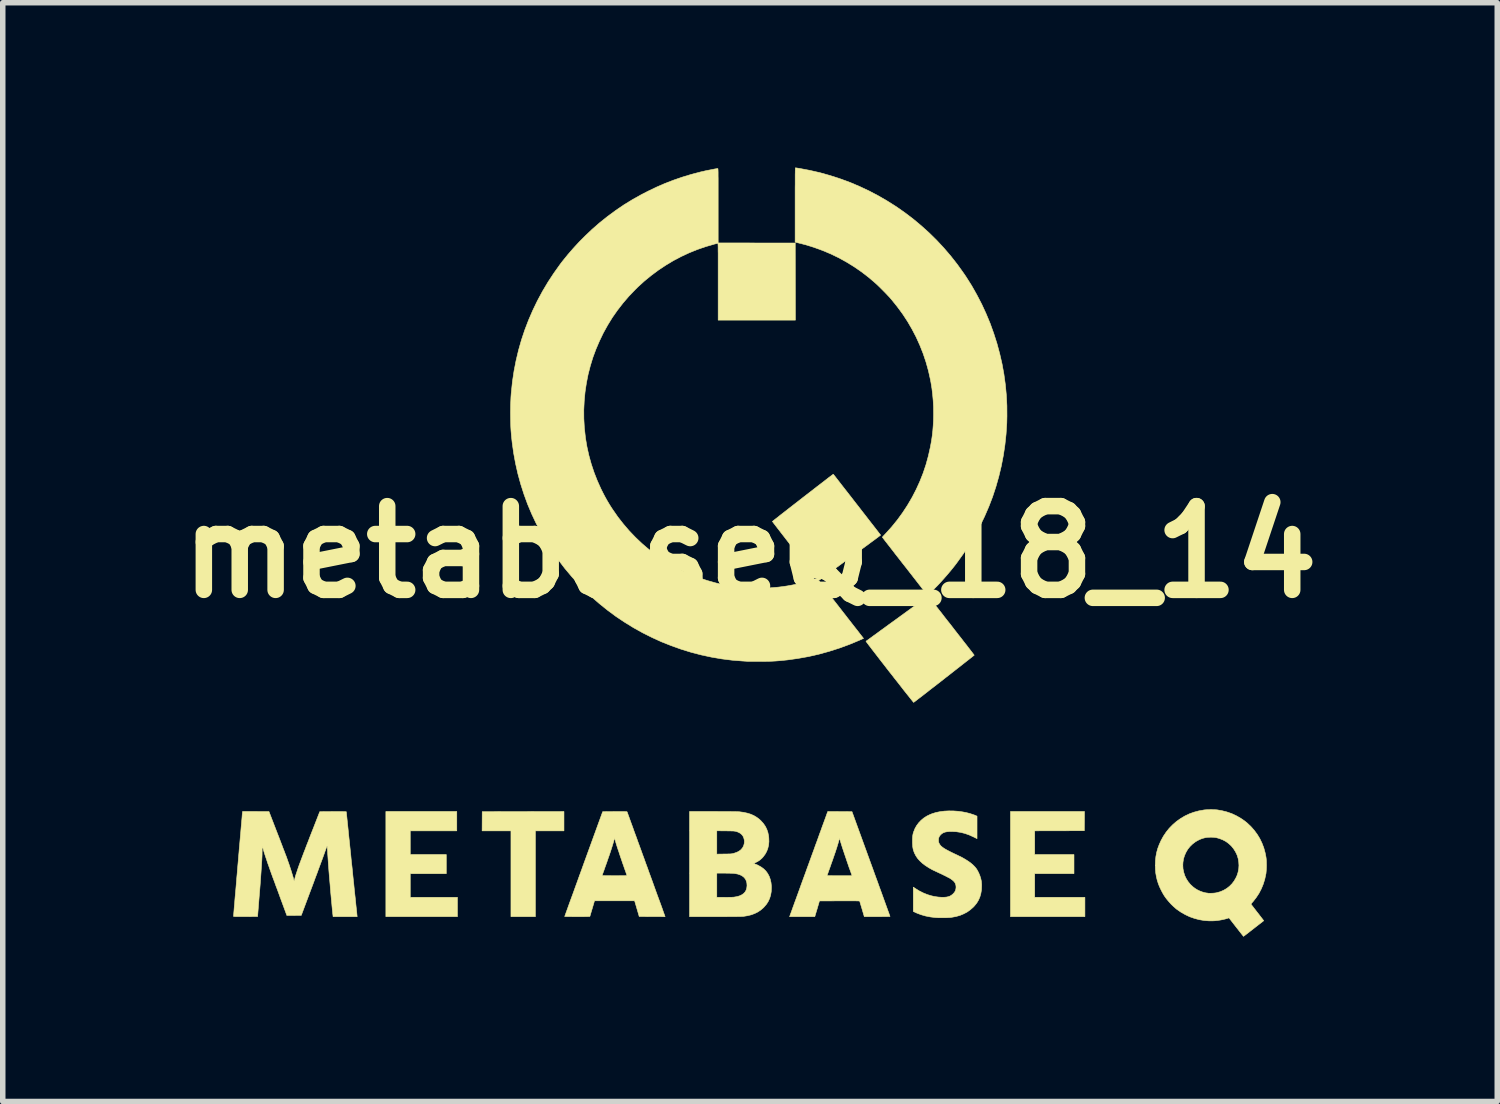
<source format=kicad_pcb>
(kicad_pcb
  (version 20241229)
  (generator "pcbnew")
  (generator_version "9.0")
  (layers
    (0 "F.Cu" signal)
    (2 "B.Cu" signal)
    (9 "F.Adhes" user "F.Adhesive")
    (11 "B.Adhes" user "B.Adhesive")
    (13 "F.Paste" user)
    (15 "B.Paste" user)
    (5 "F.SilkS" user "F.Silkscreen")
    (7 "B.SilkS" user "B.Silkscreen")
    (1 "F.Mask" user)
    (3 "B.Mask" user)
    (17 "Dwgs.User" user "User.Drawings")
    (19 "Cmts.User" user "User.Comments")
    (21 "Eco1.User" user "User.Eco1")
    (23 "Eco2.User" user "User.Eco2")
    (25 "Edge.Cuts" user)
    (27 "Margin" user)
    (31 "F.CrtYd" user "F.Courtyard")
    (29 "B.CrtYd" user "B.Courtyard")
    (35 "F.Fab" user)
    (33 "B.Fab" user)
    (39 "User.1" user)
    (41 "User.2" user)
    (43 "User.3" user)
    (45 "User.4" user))
  (footprint "metabaseQ_18_14"
    (layer "F.Cu")
    (at 10.603 6.998)
    (property "Reference" "metabaseQ_18_14" (at 0 0 0) (layer "F.SilkS") (effects (font (size 1.524 1.524) (thickness 0.3))))
    (attr through_hole)
    (fp_poly (pts (xy -3.387 5.076) (xy -3.907 5.076) (xy -3.907 6.638) (xy -4.352 6.638) (xy -4.352 5.076) (xy -4.877 5.076) (xy -4.876 4.901) (xy -4.875 4.727) (xy -3.387 4.724) (xy -3.387 5.076)) (stroke (width 0.01) (type solid)) (fill yes) (layer "F.SilkS"))
    (fp_poly (pts (xy -5.338 5.076) (xy -6.185 5.076) (xy -6.185 5.508) (xy -5.529 5.508) (xy -5.529 5.855) (xy -6.185 5.855) (xy -6.185 6.287) (xy -5.326 6.287) (xy -5.326 6.638) (xy -6.629 6.638) (xy -6.629 4.724) (xy -5.338 4.724) (xy -5.338 5.076)) (stroke (width 0.01) (type solid)) (fill yes) (layer "F.SilkS"))
    (fp_poly (pts (xy 6.087 4.899) (xy 6.085 5.074) (xy 5.634 5.075) (xy 5.182 5.076) (xy 5.182 5.508) (xy 5.897 5.508) (xy 5.897 5.855) (xy 5.182 5.855) (xy 5.182 6.287) (xy 6.096 6.287) (xy 6.096 6.638) (xy 4.741 6.638) (xy 4.741 4.724) (xy 6.088 4.724) (xy 6.087 4.899)) (stroke (width 0.01) (type solid)) (fill yes) (layer "F.SilkS"))
    (fp_poly (pts (xy 3.245 0.808) (xy 3.253 0.817) (xy 3.266 0.832) (xy 3.282 0.853) (xy 3.302 0.879) (xy 3.326 0.909) (xy 3.353 0.944) (xy 3.383 0.982) (xy 3.416 1.023) (xy 3.45 1.067) (xy 3.487 1.113) (xy 3.524 1.162) (xy 3.563 1.212) (xy 3.603 1.263) (xy 3.644 1.314) (xy 3.684 1.366) (xy 3.724 1.418) (xy 3.764 1.469) (xy 3.803 1.519) (xy 3.841 1.567) (xy 3.877 1.614) (xy 3.911 1.658) (xy 3.944 1.699) (xy 3.973 1.738) (xy 4 1.772) (xy 4.023 1.802) (xy 4.043 1.828) (xy 4.059 1.849) (xy 4.071 1.865) (xy 4.078 1.875) (xy 4.081 1.878) (xy 4.078 1.881) (xy 4.068 1.889) (xy 4.053 1.901) (xy 4.032 1.918) (xy 4.006 1.938) (xy 3.976 1.962) (xy 3.941 1.989) (xy 3.903 2.019) (xy 3.861 2.052) (xy 3.817 2.087) (xy 3.77 2.123) (xy 3.722 2.161) (xy 3.671 2.201) (xy 3.62 2.241) (xy 3.567 2.282) (xy 3.515 2.323) (xy 3.463 2.364) (xy 3.411 2.404) (xy 3.36 2.444) (xy 3.31 2.482) (xy 3.262 2.519) (xy 3.217 2.555) (xy 3.174 2.588) (xy 3.135 2.619) (xy 3.098 2.647) (xy 3.066 2.671) (xy 3.038 2.693) (xy 3.015 2.711) (xy 2.997 2.724) (xy 2.985 2.733) (xy 2.979 2.738) (xy 2.979 2.738) (xy 2.975 2.735) (xy 2.967 2.725) (xy 2.955 2.71) (xy 2.938 2.689) (xy 2.916 2.662) (xy 2.892 2.631) (xy 2.863 2.595) (xy 2.831 2.555) (xy 2.796 2.511) (xy 2.759 2.463) (xy 2.719 2.412) (xy 2.677 2.358) (xy 2.632 2.302) (xy 2.587 2.243) (xy 2.54 2.184) (xy 2.493 2.124) (xy 2.448 2.065) (xy 2.404 2.009) (xy 2.362 1.955) (xy 2.323 1.904) (xy 2.286 1.856) (xy 2.251 1.811) (xy 2.22 1.771) (xy 2.193 1.735) (xy 2.168 1.703) (xy 2.148 1.676) (xy 2.132 1.655) (xy 2.12 1.639) (xy 2.113 1.629) (xy 2.111 1.626) (xy 2.115 1.622) (xy 2.126 1.614) (xy 2.143 1.602) (xy 2.165 1.586) (xy 2.192 1.566) (xy 2.224 1.543) (xy 2.26 1.516) (xy 2.3 1.488) (xy 2.343 1.456) (xy 2.388 1.423) (xy 2.437 1.388) (xy 2.487 1.351) (xy 2.539 1.313) (xy 2.592 1.275) (xy 2.646 1.236) (xy 2.7 1.197) (xy 2.753 1.158) (xy 2.807 1.119) (xy 2.859 1.081) (xy 2.909 1.045) (xy 2.958 1.009) (xy 3.004 0.976) (xy 3.048 0.944) (xy 3.088 0.915) (xy 3.124 0.889) (xy 3.157 0.866) (xy 3.185 0.845) (xy 3.208 0.829) (xy 3.225 0.816) (xy 3.237 0.808) (xy 3.242 0.804) (xy 3.243 0.804) (xy 3.245 0.808)) (stroke (width 0.01) (type solid)) (fill yes) (layer "F.SilkS"))
    (fp_poly (pts (xy -2.309 4.725) (xy -2.287 4.725) (xy -2.27 4.726) (xy -2.258 4.726) (xy -2.249 4.727) (xy -2.243 4.728) (xy -2.24 4.729) (xy -2.238 4.731) (xy -2.237 4.732) (xy -2.236 4.736) (xy -2.231 4.748) (xy -2.224 4.768) (xy -2.215 4.794) (xy -2.203 4.826) (xy -2.189 4.865) (xy -2.173 4.909) (xy -2.155 4.959) (xy -2.135 5.013) (xy -2.114 5.073) (xy -2.091 5.136) (xy -2.066 5.203) (xy -2.041 5.274) (xy -2.014 5.347) (xy -1.986 5.424) (xy -1.958 5.502) (xy -1.928 5.583) (xy -1.899 5.665) (xy -1.868 5.748) (xy -1.838 5.833) (xy -1.807 5.917) (xy -1.776 6.002) (xy -1.746 6.086) (xy -1.716 6.169) (xy -1.686 6.252) (xy -1.656 6.333) (xy -1.627 6.412) (xy -1.599 6.489) (xy -1.573 6.564) (xy -1.56 6.599) (xy -1.546 6.638) (xy -1.781 6.637) (xy -2.017 6.636) (xy -2.059 6.493) (xy -2.101 6.35) (xy -2.831 6.35) (xy -2.872 6.489) (xy -2.882 6.522) (xy -2.891 6.552) (xy -2.899 6.579) (xy -2.905 6.601) (xy -2.911 6.619) (xy -2.914 6.629) (xy -2.915 6.633) (xy -2.917 6.634) (xy -2.923 6.635) (xy -2.933 6.636) (xy -2.948 6.636) (xy -2.968 6.637) (xy -2.994 6.637) (xy -3.027 6.638) (xy -3.067 6.638) (xy -3.114 6.638) (xy -3.145 6.638) (xy -3.188 6.638) (xy -3.229 6.638) (xy -3.266 6.637) (xy -3.299 6.637) (xy -3.327 6.637) (xy -3.349 6.636) (xy -3.364 6.636) (xy -3.373 6.635) (xy -3.374 6.635) (xy -3.372 6.63) (xy -3.368 6.619) (xy -3.361 6.6) (xy -3.352 6.574) (xy -3.34 6.541) (xy -3.326 6.502) (xy -3.31 6.457) (xy -3.292 6.407) (xy -3.272 6.352) (xy -3.25 6.292) (xy -3.226 6.227) (xy -3.201 6.158) (xy -3.175 6.085) (xy -3.147 6.009) (xy -3.119 5.93) (xy -3.104 5.89) (xy -2.692 5.89) (xy -2.688 5.89) (xy -2.676 5.891) (xy -2.658 5.891) (xy -2.633 5.892) (xy -2.603 5.892) (xy -2.568 5.892) (xy -2.529 5.893) (xy -2.488 5.893) (xy -2.466 5.893) (xy -2.423 5.893) (xy -2.383 5.893) (xy -2.346 5.892) (xy -2.313 5.892) (xy -2.286 5.892) (xy -2.264 5.891) (xy -2.249 5.891) (xy -2.24 5.891) (xy -2.239 5.89) (xy -2.241 5.886) (xy -2.245 5.875) (xy -2.251 5.857) (xy -2.259 5.834) (xy -2.268 5.808) (xy -2.279 5.778) (xy -2.287 5.756) (xy -2.303 5.708) (xy -2.321 5.659) (xy -2.338 5.607) (xy -2.356 5.556) (xy -2.373 5.505) (xy -2.389 5.455) (xy -2.405 5.409) (xy -2.419 5.366) (xy -2.431 5.327) (xy -2.441 5.295) (xy -2.448 5.269) (xy -2.45 5.263) (xy -2.466 5.203) (xy -2.474 5.236) (xy -2.481 5.264) (xy -2.492 5.301) (xy -2.505 5.344) (xy -2.521 5.394) (xy -2.539 5.451) (xy -2.56 5.513) (xy -2.584 5.581) (xy -2.609 5.654) (xy -2.637 5.731) (xy -2.65 5.768) (xy -2.66 5.798) (xy -2.67 5.825) (xy -2.679 5.849) (xy -2.685 5.868) (xy -2.69 5.882) (xy -2.692 5.889) (xy -2.692 5.89) (xy -3.104 5.89) (xy -3.089 5.848) (xy -3.058 5.763) (xy -3.028 5.679) (xy -2.682 4.727) (xy -2.461 4.725) (xy -2.412 4.725) (xy -2.371 4.725) (xy -2.337 4.725) (xy -2.309 4.725)) (stroke (width 0.01) (type solid)) (fill yes) (layer "F.SilkS"))
    (fp_poly (pts (xy 1.856 4.727) (xy 2.202 5.679) (xy 2.234 5.766) (xy 2.264 5.85) (xy 2.294 5.932) (xy 2.323 6.011) (xy 2.35 6.087) (xy 2.377 6.16) (xy 2.402 6.229) (xy 2.425 6.293) (xy 2.447 6.354) (xy 2.467 6.409) (xy 2.485 6.459) (xy 2.501 6.503) (xy 2.515 6.542) (xy 2.527 6.574) (xy 2.536 6.6) (xy 2.543 6.619) (xy 2.547 6.631) (xy 2.548 6.635) (xy 2.544 6.635) (xy 2.532 6.636) (xy 2.514 6.636) (xy 2.489 6.637) (xy 2.458 6.637) (xy 2.423 6.637) (xy 2.385 6.638) (xy 2.343 6.638) (xy 2.314 6.638) (xy 2.08 6.638) (xy 2.039 6.499) (xy 2.029 6.466) (xy 2.02 6.436) (xy 2.012 6.409) (xy 2.005 6.386) (xy 2 6.369) (xy 1.997 6.359) (xy 1.996 6.355) (xy 1.994 6.354) (xy 1.989 6.353) (xy 1.98 6.353) (xy 1.966 6.352) (xy 1.948 6.352) (xy 1.925 6.351) (xy 1.896 6.351) (xy 1.861 6.351) (xy 1.82 6.351) (xy 1.771 6.351) (xy 1.715 6.351) (xy 1.652 6.351) (xy 1.629 6.351) (xy 1.264 6.352) (xy 1.222 6.495) (xy 1.179 6.638) (xy 0.72 6.638) (xy 0.726 6.622) (xy 0.728 6.617) (xy 0.732 6.604) (xy 0.74 6.583) (xy 0.75 6.556) (xy 0.762 6.523) (xy 0.776 6.483) (xy 0.793 6.437) (xy 0.811 6.386) (xy 0.832 6.33) (xy 0.854 6.269) (xy 0.878 6.203) (xy 0.903 6.134) (xy 0.929 6.061) (xy 0.957 5.984) (xy 0.986 5.905) (xy 0.993 5.887) (xy 1.403 5.887) (xy 1.404 5.888) (xy 1.407 5.889) (xy 1.413 5.89) (xy 1.421 5.891) (xy 1.434 5.892) (xy 1.451 5.892) (xy 1.474 5.892) (xy 1.502 5.893) (xy 1.537 5.893) (xy 1.578 5.893) (xy 1.628 5.893) (xy 1.858 5.893) (xy 1.843 5.852) (xy 1.824 5.798) (xy 1.804 5.744) (xy 1.785 5.688) (xy 1.766 5.633) (xy 1.748 5.579) (xy 1.73 5.526) (xy 1.713 5.476) (xy 1.697 5.428) (xy 1.682 5.383) (xy 1.669 5.342) (xy 1.658 5.306) (xy 1.648 5.275) (xy 1.641 5.25) (xy 1.636 5.231) (xy 1.634 5.219) (xy 1.634 5.217) (xy 1.633 5.211) (xy 1.63 5.212) (xy 1.627 5.218) (xy 1.623 5.23) (xy 1.622 5.236) (xy 1.617 5.253) (xy 1.61 5.277) (xy 1.602 5.307) (xy 1.591 5.341) (xy 1.58 5.379) (xy 1.567 5.418) (xy 1.554 5.459) (xy 1.54 5.498) (xy 1.539 5.502) (xy 1.532 5.522) (xy 1.523 5.548) (xy 1.513 5.577) (xy 1.502 5.61) (xy 1.489 5.645) (xy 1.476 5.681) (xy 1.464 5.717) (xy 1.451 5.753) (xy 1.439 5.786) (xy 1.428 5.817) (xy 1.419 5.843) (xy 1.411 5.864) (xy 1.406 5.879) (xy 1.403 5.885) (xy 1.403 5.887) (xy 0.993 5.887) (xy 1.016 5.823) (xy 1.046 5.739) (xy 1.069 5.677) (xy 1.1 5.591) (xy 1.13 5.508) (xy 1.16 5.427) (xy 1.188 5.348) (xy 1.216 5.273) (xy 1.242 5.201) (xy 1.266 5.133) (xy 1.29 5.069) (xy 1.311 5.009) (xy 1.331 4.955) (xy 1.349 4.906) (xy 1.365 4.862) (xy 1.379 4.824) (xy 1.39 4.792) (xy 1.399 4.767) (xy 1.406 4.749) (xy 1.41 4.739) (xy 1.411 4.736) (xy 1.415 4.724) (xy 1.856 4.727)) (stroke (width 0.01) (type solid)) (fill yes) (layer "F.SilkS"))
    (fp_poly (pts (xy -0.598 4.724) (xy -0.531 4.725) (xy -0.468 4.725) (xy -0.411 4.725) (xy -0.36 4.725) (xy -0.314 4.726) (xy -0.275 4.726) (xy -0.243 4.727) (xy -0.218 4.728) (xy -0.201 4.728) (xy -0.194 4.729) (xy -0.119 4.739) (xy -0.05 4.754) (xy 0.012 4.773) (xy 0.069 4.798) (xy 0.121 4.829) (xy 0.169 4.865) (xy 0.199 4.893) (xy 0.242 4.941) (xy 0.278 4.993) (xy 0.305 5.047) (xy 0.325 5.105) (xy 0.338 5.168) (xy 0.342 5.206) (xy 0.344 5.273) (xy 0.338 5.336) (xy 0.324 5.395) (xy 0.303 5.451) (xy 0.274 5.503) (xy 0.238 5.551) (xy 0.216 5.575) (xy 0.181 5.606) (xy 0.141 5.633) (xy 0.101 5.653) (xy 0.063 5.671) (xy 0.088 5.679) (xy 0.103 5.684) (xy 0.123 5.692) (xy 0.143 5.701) (xy 0.146 5.703) (xy 0.2 5.733) (xy 0.247 5.767) (xy 0.288 5.807) (xy 0.321 5.852) (xy 0.348 5.902) (xy 0.368 5.957) (xy 0.382 6.017) (xy 0.389 6.082) (xy 0.389 6.117) (xy 0.386 6.184) (xy 0.375 6.247) (xy 0.357 6.305) (xy 0.332 6.36) (xy 0.299 6.412) (xy 0.258 6.46) (xy 0.246 6.473) (xy 0.198 6.515) (xy 0.145 6.551) (xy 0.087 6.58) (xy 0.024 6.604) (xy -0.045 6.621) (xy -0.12 6.633) (xy -0.124 6.633) (xy -0.135 6.634) (xy -0.155 6.635) (xy -0.183 6.636) (xy -0.219 6.636) (xy -0.263 6.637) (xy -0.314 6.637) (xy -0.373 6.637) (xy -0.438 6.638) (xy -0.51 6.638) (xy -0.589 6.638) (xy -0.633 6.638) (xy -1.101 6.638) (xy -1.101 6.287) (xy -0.605 6.287) (xy -0.464 6.287) (xy -0.429 6.286) (xy -0.395 6.286) (xy -0.363 6.285) (xy -0.334 6.285) (xy -0.311 6.284) (xy -0.295 6.283) (xy -0.289 6.282) (xy -0.235 6.273) (xy -0.189 6.259) (xy -0.149 6.24) (xy -0.116 6.217) (xy -0.091 6.19) (xy -0.072 6.157) (xy -0.06 6.12) (xy -0.055 6.078) (xy -0.055 6.066) (xy -0.058 6.023) (xy -0.069 5.985) (xy -0.086 5.951) (xy -0.11 5.922) (xy -0.141 5.898) (xy -0.179 5.878) (xy -0.224 5.863) (xy -0.276 5.853) (xy -0.294 5.851) (xy -0.308 5.85) (xy -0.329 5.849) (xy -0.356 5.848) (xy -0.386 5.847) (xy -0.42 5.847) (xy -0.455 5.846) (xy -0.469 5.846) (xy -0.605 5.846) (xy -0.605 6.287) (xy -1.101 6.287) (xy -1.101 5.5) (xy -0.605 5.5) (xy -0.471 5.498) (xy -0.433 5.498) (xy -0.403 5.497) (xy -0.379 5.496) (xy -0.36 5.496) (xy -0.344 5.495) (xy -0.332 5.493) (xy -0.321 5.491) (xy -0.31 5.489) (xy -0.298 5.486) (xy -0.295 5.485) (xy -0.249 5.47) (xy -0.21 5.452) (xy -0.178 5.43) (xy -0.162 5.416) (xy -0.136 5.385) (xy -0.117 5.349) (xy -0.106 5.311) (xy -0.102 5.271) (xy -0.104 5.244) (xy -0.114 5.205) (xy -0.129 5.171) (xy -0.151 5.143) (xy -0.18 5.119) (xy -0.216 5.1) (xy -0.253 5.087) (xy -0.262 5.085) (xy -0.271 5.083) (xy -0.281 5.082) (xy -0.293 5.08) (xy -0.308 5.079) (xy -0.327 5.079) (xy -0.351 5.078) (xy -0.381 5.078) (xy -0.418 5.077) (xy -0.446 5.077) (xy -0.605 5.075) (xy -0.605 5.5) (xy -1.101 5.5) (xy -1.101 4.724) (xy -0.669 4.724) (xy -0.598 4.724)) (stroke (width 0.01) (type solid)) (fill yes) (layer "F.SilkS"))
    (fp_poly (pts (xy 0.833 -6.993) (xy 0.845 -6.991) (xy 0.863 -6.988) (xy 0.885 -6.985) (xy 0.897 -6.983) (xy 1.087 -6.947) (xy 1.275 -6.904) (xy 1.46 -6.852) (xy 1.642 -6.793) (xy 1.822 -6.727) (xy 1.998 -6.652) (xy 2.17 -6.571) (xy 2.339 -6.482) (xy 2.504 -6.386) (xy 2.665 -6.284) (xy 2.822 -6.174) (xy 2.973 -6.059) (xy 3.12 -5.936) (xy 3.262 -5.808) (xy 3.399 -5.673) (xy 3.53 -5.532) (xy 3.655 -5.386) (xy 3.775 -5.233) (xy 3.888 -5.075) (xy 3.931 -5.012) (xy 4.034 -4.849) (xy 4.129 -4.681) (xy 4.218 -4.51) (xy 4.298 -4.336) (xy 4.372 -4.158) (xy 4.437 -3.977) (xy 4.495 -3.795) (xy 4.545 -3.609) (xy 4.588 -3.422) (xy 4.622 -3.234) (xy 4.648 -3.044) (xy 4.666 -2.853) (xy 4.676 -2.662) (xy 4.677 -2.47) (xy 4.674 -2.345) (xy 4.661 -2.146) (xy 4.64 -1.95) (xy 4.611 -1.756) (xy 4.574 -1.564) (xy 4.529 -1.376) (xy 4.476 -1.189) (xy 4.416 -1.006) (xy 4.347 -0.826) (xy 4.27 -0.648) (xy 4.186 -0.474) (xy 4.093 -0.303) (xy 3.993 -0.135) (xy 3.885 0.03) (xy 3.769 0.191) (xy 3.762 0.201) (xy 3.712 0.266) (xy 3.658 0.333) (xy 3.601 0.401) (xy 3.542 0.469) (xy 3.483 0.535) (xy 3.424 0.599) (xy 3.366 0.658) (xy 3.311 0.713) (xy 3.272 0.75) (xy 3.231 0.788) (xy 2.82 0.26) (xy 2.774 0.202) (xy 2.73 0.145) (xy 2.687 0.09) (xy 2.646 0.038) (xy 2.608 -0.012) (xy 2.572 -0.058) (xy 2.539 -0.101) (xy 2.509 -0.139) (xy 2.482 -0.174) (xy 2.459 -0.203) (xy 2.44 -0.228) (xy 2.426 -0.247) (xy 2.415 -0.26) (xy 2.41 -0.268) (xy 2.409 -0.269) (xy 2.412 -0.273) (xy 2.419 -0.282) (xy 2.431 -0.295) (xy 2.446 -0.311) (xy 2.463 -0.329) (xy 2.466 -0.332) (xy 2.577 -0.455) (xy 2.681 -0.583) (xy 2.778 -0.716) (xy 2.867 -0.852) (xy 2.949 -0.992) (xy 3.024 -1.137) (xy 3.091 -1.284) (xy 3.151 -1.435) (xy 3.203 -1.59) (xy 3.246 -1.747) (xy 3.282 -1.907) (xy 3.304 -2.026) (xy 3.317 -2.117) (xy 3.327 -2.206) (xy 3.334 -2.296) (xy 3.339 -2.388) (xy 3.341 -2.485) (xy 3.341 -2.523) (xy 3.34 -2.642) (xy 3.334 -2.756) (xy 3.324 -2.867) (xy 3.311 -2.977) (xy 3.293 -3.087) (xy 3.283 -3.14) (xy 3.247 -3.301) (xy 3.203 -3.458) (xy 3.151 -3.613) (xy 3.091 -3.764) (xy 3.024 -3.912) (xy 2.949 -4.056) (xy 2.867 -4.197) (xy 2.777 -4.334) (xy 2.679 -4.467) (xy 2.575 -4.596) (xy 2.555 -4.619) (xy 2.535 -4.642) (xy 2.509 -4.669) (xy 2.48 -4.7) (xy 2.448 -4.733) (xy 2.415 -4.766) (xy 2.382 -4.799) (xy 2.35 -4.831) (xy 2.321 -4.859) (xy 2.295 -4.883) (xy 2.286 -4.891) (xy 2.16 -4.999) (xy 2.03 -5.099) (xy 1.895 -5.192) (xy 1.757 -5.277) (xy 1.614 -5.356) (xy 1.467 -5.427) (xy 1.316 -5.49) (xy 1.162 -5.546) (xy 1.005 -5.594) (xy 0.888 -5.624) (xy 0.821 -5.64) (xy 0.821 -6.317) (xy 0.821 -6.408) (xy 0.821 -6.491) (xy 0.821 -6.566) (xy 0.821 -6.634) (xy 0.822 -6.695) (xy 0.822 -6.749) (xy 0.822 -6.796) (xy 0.822 -6.838) (xy 0.822 -6.873) (xy 0.823 -6.904) (xy 0.823 -6.929) (xy 0.824 -6.95) (xy 0.824 -6.966) (xy 0.825 -6.978) (xy 0.825 -6.986) (xy 0.826 -6.991) (xy 0.827 -6.993) (xy 0.827 -6.993) (xy 0.833 -6.993)) (stroke (width 0.01) (type solid)) (fill yes) (layer "F.SilkS"))
    (fp_poly (pts (xy 3.704 4.714) (xy 3.789 4.72) (xy 3.874 4.732) (xy 3.937 4.744) (xy 3.968 4.752) (xy 4.002 4.761) (xy 4.036 4.772) (xy 4.069 4.783) (xy 4.097 4.793) (xy 4.108 4.798) (xy 4.132 4.809) (xy 4.132 5.218) (xy 4.071 5.188) (xy 3.992 5.152) (xy 3.913 5.124) (xy 3.834 5.104) (xy 3.754 5.092) (xy 3.672 5.088) (xy 3.664 5.088) (xy 3.623 5.089) (xy 3.589 5.092) (xy 3.559 5.097) (xy 3.534 5.105) (xy 3.513 5.114) (xy 3.49 5.129) (xy 3.468 5.149) (xy 3.45 5.172) (xy 3.443 5.185) (xy 3.437 5.199) (xy 3.433 5.212) (xy 3.432 5.226) (xy 3.431 5.245) (xy 3.432 5.265) (xy 3.433 5.279) (xy 3.437 5.292) (xy 3.443 5.305) (xy 3.451 5.32) (xy 3.462 5.335) (xy 3.474 5.35) (xy 3.49 5.364) (xy 3.509 5.379) (xy 3.532 5.395) (xy 3.56 5.412) (xy 3.593 5.43) (xy 3.631 5.45) (xy 3.675 5.472) (xy 3.727 5.497) (xy 3.785 5.524) (xy 3.786 5.525) (xy 3.858 5.56) (xy 3.922 5.597) (xy 3.98 5.634) (xy 4.03 5.672) (xy 4.069 5.707) (xy 4.095 5.734) (xy 4.117 5.761) (xy 4.136 5.79) (xy 4.154 5.824) (xy 4.162 5.839) (xy 4.184 5.892) (xy 4.2 5.942) (xy 4.211 5.993) (xy 4.216 6.047) (xy 4.216 6.081) (xy 4.213 6.151) (xy 4.202 6.216) (xy 4.185 6.277) (xy 4.16 6.335) (xy 4.128 6.389) (xy 4.088 6.439) (xy 4.062 6.467) (xy 4.009 6.513) (xy 3.952 6.554) (xy 3.889 6.587) (xy 3.822 6.615) (xy 3.748 6.636) (xy 3.67 6.65) (xy 3.649 6.653) (xy 3.626 6.655) (xy 3.597 6.656) (xy 3.563 6.658) (xy 3.526 6.658) (xy 3.488 6.658) (xy 3.451 6.658) (xy 3.416 6.657) (xy 3.386 6.655) (xy 3.37 6.654) (xy 3.281 6.643) (xy 3.195 6.626) (xy 3.115 6.603) (xy 3.04 6.575) (xy 3.013 6.563) (xy 2.972 6.543) (xy 2.972 6.101) (xy 3.009 6.125) (xy 3.081 6.17) (xy 3.153 6.206) (xy 3.227 6.236) (xy 3.295 6.257) (xy 3.342 6.268) (xy 3.387 6.276) (xy 3.432 6.282) (xy 3.482 6.285) (xy 3.488 6.285) (xy 3.535 6.285) (xy 3.574 6.282) (xy 3.608 6.275) (xy 3.639 6.264) (xy 3.666 6.248) (xy 3.691 6.228) (xy 3.7 6.219) (xy 3.722 6.194) (xy 3.737 6.168) (xy 3.746 6.139) (xy 3.75 6.111) (xy 3.749 6.078) (xy 3.742 6.047) (xy 3.729 6.019) (xy 3.708 5.993) (xy 3.679 5.968) (xy 3.649 5.947) (xy 3.635 5.938) (xy 3.614 5.927) (xy 3.588 5.914) (xy 3.558 5.898) (xy 3.525 5.882) (xy 3.491 5.865) (xy 3.456 5.849) (xy 3.422 5.833) (xy 3.401 5.823) (xy 3.322 5.786) (xy 3.253 5.747) (xy 3.191 5.707) (xy 3.137 5.666) (xy 3.09 5.622) (xy 3.051 5.578) (xy 3.019 5.531) (xy 2.994 5.482) (xy 2.988 5.468) (xy 2.978 5.44) (xy 2.97 5.414) (xy 2.965 5.388) (xy 2.961 5.361) (xy 2.959 5.33) (xy 2.957 5.294) (xy 2.957 5.271) (xy 2.957 5.233) (xy 2.958 5.203) (xy 2.96 5.177) (xy 2.963 5.155) (xy 2.967 5.133) (xy 2.973 5.111) (xy 2.979 5.093) (xy 3.002 5.035) (xy 3.032 4.981) (xy 3.07 4.93) (xy 3.114 4.884) (xy 3.163 4.843) (xy 3.219 4.807) (xy 3.279 4.778) (xy 3.317 4.763) (xy 3.385 4.742) (xy 3.459 4.727) (xy 3.538 4.717) (xy 3.62 4.713) (xy 3.704 4.714)) (stroke (width 0.01) (type solid)) (fill yes) (layer "F.SilkS"))
    (fp_poly (pts (xy 8.453 4.691) (xy 8.488 4.693) (xy 8.503 4.694) (xy 8.594 4.71) (xy 8.683 4.733) (xy 8.77 4.763) (xy 8.853 4.802) (xy 8.932 4.847) (xy 9.007 4.899) (xy 9.049 4.933) (xy 9.116 4.996) (xy 9.177 5.065) (xy 9.231 5.138) (xy 9.279 5.216) (xy 9.319 5.299) (xy 9.352 5.385) (xy 9.377 5.476) (xy 9.392 5.552) (xy 9.396 5.582) (xy 9.399 5.618) (xy 9.4 5.659) (xy 9.401 5.702) (xy 9.4 5.745) (xy 9.398 5.787) (xy 9.395 5.824) (xy 9.392 5.856) (xy 9.39 5.863) (xy 9.37 5.957) (xy 9.342 6.047) (xy 9.307 6.132) (xy 9.265 6.213) (xy 9.215 6.289) (xy 9.159 6.361) (xy 9.143 6.379) (xy 9.132 6.392) (xy 9.124 6.403) (xy 9.12 6.41) (xy 9.12 6.411) (xy 9.123 6.416) (xy 9.131 6.426) (xy 9.142 6.441) (xy 9.158 6.461) (xy 9.176 6.485) (xy 9.197 6.512) (xy 9.22 6.542) (xy 9.237 6.564) (xy 9.261 6.594) (xy 9.283 6.623) (xy 9.303 6.649) (xy 9.32 6.671) (xy 9.334 6.689) (xy 9.344 6.702) (xy 9.349 6.71) (xy 9.351 6.712) (xy 9.346 6.716) (xy 9.336 6.724) (xy 9.321 6.736) (xy 9.302 6.751) (xy 9.278 6.769) (xy 9.252 6.789) (xy 9.224 6.811) (xy 9.194 6.834) (xy 9.164 6.858) (xy 9.134 6.881) (xy 9.104 6.904) (xy 9.077 6.926) (xy 9.051 6.946) (xy 9.028 6.963) (xy 9.01 6.977) (xy 8.995 6.988) (xy 8.986 6.995) (xy 8.983 6.997) (xy 8.98 6.994) (xy 8.973 6.985) (xy 8.961 6.97) (xy 8.945 6.95) (xy 8.927 6.927) (xy 8.905 6.899) (xy 8.882 6.869) (xy 8.856 6.837) (xy 8.85 6.829) (xy 8.719 6.66) (xy 8.702 6.666) (xy 8.662 6.678) (xy 8.617 6.689) (xy 8.568 6.699) (xy 8.517 6.707) (xy 8.467 6.712) (xy 8.448 6.714) (xy 8.357 6.715) (xy 8.267 6.708) (xy 8.177 6.693) (xy 8.09 6.67) (xy 8.004 6.64) (xy 7.922 6.601) (xy 7.843 6.556) (xy 7.768 6.504) (xy 7.753 6.492) (xy 7.71 6.454) (xy 7.665 6.411) (xy 7.622 6.363) (xy 7.581 6.314) (xy 7.545 6.264) (xy 7.542 6.259) (xy 7.525 6.232) (xy 7.507 6.2) (xy 7.488 6.164) (xy 7.47 6.127) (xy 7.453 6.091) (xy 7.44 6.058) (xy 7.432 6.038) (xy 7.411 5.971) (xy 7.396 5.906) (xy 7.385 5.842) (xy 7.379 5.774) (xy 7.377 5.702) (xy 7.878 5.702) (xy 7.882 5.768) (xy 7.895 5.831) (xy 7.914 5.892) (xy 7.942 5.95) (xy 7.976 6.003) (xy 8.017 6.053) (xy 8.065 6.097) (xy 8.099 6.123) (xy 8.139 6.148) (xy 8.184 6.17) (xy 8.231 6.188) (xy 8.276 6.201) (xy 8.302 6.206) (xy 8.319 6.208) (xy 8.334 6.21) (xy 8.343 6.212) (xy 8.344 6.212) (xy 8.357 6.213) (xy 8.377 6.213) (xy 8.4 6.212) (xy 8.426 6.211) (xy 8.452 6.209) (xy 8.475 6.206) (xy 8.493 6.203) (xy 8.496 6.202) (xy 8.561 6.184) (xy 8.621 6.158) (xy 8.677 6.125) (xy 8.727 6.086) (xy 8.773 6.04) (xy 8.812 5.989) (xy 8.845 5.932) (xy 8.866 5.886) (xy 8.884 5.829) (xy 8.896 5.768) (xy 8.9 5.706) (xy 8.896 5.643) (xy 8.886 5.582) (xy 8.868 5.523) (xy 8.865 5.515) (xy 8.836 5.455) (xy 8.801 5.4) (xy 8.76 5.35) (xy 8.713 5.307) (xy 8.661 5.269) (xy 8.604 5.239) (xy 8.542 5.215) (xy 8.487 5.2) (xy 8.46 5.196) (xy 8.427 5.193) (xy 8.391 5.192) (xy 8.355 5.193) (xy 8.322 5.195) (xy 8.294 5.199) (xy 8.29 5.2) (xy 8.235 5.214) (xy 8.186 5.233) (xy 8.139 5.257) (xy 8.106 5.277) (xy 8.054 5.317) (xy 8.008 5.362) (xy 7.968 5.412) (xy 7.936 5.467) (xy 7.91 5.525) (xy 7.891 5.586) (xy 7.881 5.65) (xy 7.878 5.702) (xy 7.377 5.702) (xy 7.377 5.702) (xy 7.38 5.62) (xy 7.388 5.543) (xy 7.402 5.469) (xy 7.422 5.397) (xy 7.449 5.325) (xy 7.48 5.256) (xy 7.524 5.175) (xy 7.575 5.099) (xy 7.632 5.028) (xy 7.695 4.964) (xy 7.763 4.905) (xy 7.836 4.853) (xy 7.913 4.807) (xy 7.994 4.768) (xy 8.079 4.737) (xy 8.168 4.713) (xy 8.259 4.697) (xy 8.259 4.696) (xy 8.292 4.693) (xy 8.33 4.691) (xy 8.371 4.69) (xy 8.413 4.69) (xy 8.453 4.691)) (stroke (width 0.01) (type solid)) (fill yes) (layer "F.SilkS"))
    (fp_poly (pts (xy -8.997 4.724) (xy -8.757 4.725) (xy -8.617 5.088) (xy -8.596 5.142) (xy -8.575 5.196) (xy -8.555 5.248) (xy -8.536 5.298) (xy -8.518 5.345) (xy -8.502 5.388) (xy -8.487 5.426) (xy -8.474 5.459) (xy -8.464 5.487) (xy -8.456 5.508) (xy -8.451 5.52) (xy -8.439 5.551) (xy -8.426 5.588) (xy -8.412 5.628) (xy -8.397 5.67) (xy -8.382 5.714) (xy -8.368 5.758) (xy -8.354 5.8) (xy -8.342 5.839) (xy -8.331 5.875) (xy -8.322 5.905) (xy -8.315 5.928) (xy -8.315 5.928) (xy -8.299 5.991) (xy -8.289 5.956) (xy -8.283 5.932) (xy -8.276 5.907) (xy -8.269 5.883) (xy -8.261 5.858) (xy -8.252 5.832) (xy -8.243 5.804) (xy -8.233 5.774) (xy -8.222 5.742) (xy -8.21 5.707) (xy -8.196 5.669) (xy -8.18 5.627) (xy -8.163 5.581) (xy -8.144 5.531) (xy -8.123 5.475) (xy -8.099 5.414) (xy -8.074 5.347) (xy -8.045 5.274) (xy -8.015 5.195) (xy -7.981 5.108) (xy -7.948 5.025) (xy -7.832 4.727) (xy -7.591 4.725) (xy -7.537 4.725) (xy -7.492 4.725) (xy -7.454 4.725) (xy -7.423 4.725) (xy -7.398 4.726) (xy -7.379 4.726) (xy -7.365 4.727) (xy -7.356 4.727) (xy -7.351 4.728) (xy -7.349 4.73) (xy -7.349 4.73) (xy -7.349 4.734) (xy -7.347 4.747) (xy -7.345 4.767) (xy -7.343 4.794) (xy -7.339 4.828) (xy -7.335 4.868) (xy -7.33 4.914) (xy -7.325 4.965) (xy -7.319 5.02) (xy -7.313 5.08) (xy -7.307 5.143) (xy -7.3 5.21) (xy -7.292 5.28) (xy -7.285 5.352) (xy -7.277 5.427) (xy -7.269 5.502) (xy -7.262 5.579) (xy -7.254 5.656) (xy -7.245 5.734) (xy -7.237 5.811) (xy -7.23 5.887) (xy -7.222 5.962) (xy -7.214 6.036) (xy -7.207 6.107) (xy -7.2 6.175) (xy -7.193 6.241) (xy -7.186 6.303) (xy -7.18 6.361) (xy -7.175 6.414) (xy -7.17 6.462) (xy -7.165 6.505) (xy -7.161 6.542) (xy -7.158 6.573) (xy -7.156 6.597) (xy -7.154 6.614) (xy -7.153 6.623) (xy -7.153 6.624) (xy -7.151 6.638) (xy -7.59 6.638) (xy -7.592 6.616) (xy -7.596 6.583) (xy -7.6 6.543) (xy -7.605 6.496) (xy -7.61 6.444) (xy -7.615 6.387) (xy -7.621 6.325) (xy -7.627 6.261) (xy -7.633 6.195) (xy -7.639 6.127) (xy -7.644 6.06) (xy -7.65 5.992) (xy -7.656 5.927) (xy -7.661 5.863) (xy -7.666 5.803) (xy -7.67 5.748) (xy -7.674 5.697) (xy -7.677 5.652) (xy -7.679 5.624) (xy -7.682 5.577) (xy -7.685 5.533) (xy -7.688 5.492) (xy -7.69 5.455) (xy -7.692 5.423) (xy -7.694 5.395) (xy -7.696 5.374) (xy -7.697 5.36) (xy -7.697 5.353) (xy -7.697 5.353) (xy -7.699 5.354) (xy -7.703 5.362) (xy -7.709 5.376) (xy -7.716 5.394) (xy -7.723 5.414) (xy -7.736 5.449) (xy -7.75 5.489) (xy -7.766 5.533) (xy -7.784 5.583) (xy -7.805 5.639) (xy -7.828 5.701) (xy -7.853 5.768) (xy -7.88 5.843) (xy -7.911 5.924) (xy -7.943 6.012) (xy -7.979 6.108) (xy -8.013 6.198) (xy -8.169 6.615) (xy -8.3 6.616) (xy -8.431 6.617) (xy -8.532 6.343) (xy -8.551 6.292) (xy -8.57 6.239) (xy -8.589 6.187) (xy -8.608 6.135) (xy -8.627 6.086) (xy -8.644 6.039) (xy -8.659 5.997) (xy -8.673 5.961) (xy -8.684 5.931) (xy -8.685 5.929) (xy -8.71 5.86) (xy -8.734 5.793) (xy -8.757 5.727) (xy -8.78 5.663) (xy -8.8 5.602) (xy -8.819 5.546) (xy -8.836 5.494) (xy -8.85 5.449) (xy -8.861 5.41) (xy -8.865 5.396) (xy -8.87 5.38) (xy -8.874 5.37) (xy -8.876 5.367) (xy -8.879 5.371) (xy -8.88 5.383) (xy -8.881 5.402) (xy -8.881 5.429) (xy -8.881 5.438) (xy -8.882 5.467) (xy -8.882 5.499) (xy -8.883 5.534) (xy -8.885 5.572) (xy -8.887 5.614) (xy -8.89 5.66) (xy -8.893 5.711) (xy -8.897 5.767) (xy -8.901 5.829) (xy -8.906 5.896) (xy -8.911 5.971) (xy -8.917 6.052) (xy -8.924 6.14) (xy -8.932 6.236) (xy -8.936 6.284) (xy -8.964 6.636) (xy -9.183 6.637) (xy -9.234 6.637) (xy -9.276 6.637) (xy -9.312 6.637) (xy -9.34 6.637) (xy -9.362 6.637) (xy -9.379 6.636) (xy -9.391 6.635) (xy -9.398 6.634) (xy -9.402 6.633) (xy -9.402 6.633) (xy -9.402 6.627) (xy -9.401 6.614) (xy -9.399 6.594) (xy -9.397 6.566) (xy -9.394 6.532) (xy -9.391 6.492) (xy -9.387 6.446) (xy -9.382 6.395) (xy -9.378 6.339) (xy -9.373 6.279) (xy -9.367 6.215) (xy -9.361 6.148) (xy -9.355 6.078) (xy -9.349 6.005) (xy -9.343 5.931) (xy -9.336 5.855) (xy -9.33 5.778) (xy -9.323 5.7) (xy -9.316 5.622) (xy -9.31 5.545) (xy -9.303 5.469) (xy -9.297 5.393) (xy -9.29 5.32) (xy -9.284 5.249) (xy -9.278 5.18) (xy -9.272 5.115) (xy -9.267 5.053) (xy -9.262 4.995) (xy -9.257 4.942) (xy -9.253 4.894) (xy -9.249 4.851) (xy -9.246 4.814) (xy -9.244 4.784) (xy -9.241 4.76) (xy -9.24 4.744) (xy -9.239 4.735) (xy -9.239 4.734) (xy -9.237 4.724) (xy -8.997 4.724)) (stroke (width 0.01) (type solid)) (fill yes) (layer "F.SilkS"))
    (fp_poly (pts (xy -0.587 -6.98) (xy -0.586 -6.979) (xy -0.585 -6.977) (xy -0.584 -6.973) (xy -0.583 -6.967) (xy -0.583 -6.959) (xy -0.582 -6.948) (xy -0.582 -6.934) (xy -0.581 -6.917) (xy -0.581 -6.895) (xy -0.581 -6.869) (xy -0.581 -6.839) (xy -0.58 -6.804) (xy -0.58 -6.763) (xy -0.58 -6.716) (xy -0.58 -6.663) (xy -0.58 -6.604) (xy -0.58 -6.537) (xy -0.58 -6.463) (xy -0.58 -6.382) (xy -0.58 -6.303) (xy -0.58 -5.626) (xy 0.823 -5.624) (xy 0.826 -4.221) (xy -0.58 -4.221) (xy -0.58 -4.922) (xy -0.58 -5.012) (xy -0.58 -5.094) (xy -0.58 -5.169) (xy -0.58 -5.236) (xy -0.58 -5.296) (xy -0.58 -5.35) (xy -0.58 -5.397) (xy -0.58 -5.439) (xy -0.581 -5.475) (xy -0.581 -5.506) (xy -0.581 -5.532) (xy -0.581 -5.554) (xy -0.582 -5.572) (xy -0.582 -5.587) (xy -0.583 -5.598) (xy -0.583 -5.607) (xy -0.584 -5.613) (xy -0.585 -5.617) (xy -0.585 -5.619) (xy -0.586 -5.62) (xy -0.587 -5.62) (xy -0.587 -5.62) (xy -0.594 -5.619) (xy -0.607 -5.615) (xy -0.625 -5.61) (xy -0.647 -5.605) (xy -0.66 -5.601) (xy -0.812 -5.557) (xy -0.962 -5.505) (xy -1.11 -5.445) (xy -1.254 -5.378) (xy -1.396 -5.303) (xy -1.534 -5.22) (xy -1.668 -5.131) (xy -1.797 -5.035) (xy -1.922 -4.933) (xy -2.042 -4.824) (xy -2.093 -4.773) (xy -2.208 -4.653) (xy -2.314 -4.529) (xy -2.414 -4.4) (xy -2.507 -4.267) (xy -2.592 -4.129) (xy -2.671 -3.986) (xy -2.742 -3.838) (xy -2.805 -3.691) (xy -2.861 -3.54) (xy -2.908 -3.386) (xy -2.948 -3.23) (xy -2.979 -3.072) (xy -3.003 -2.912) (xy -3.018 -2.751) (xy -3.026 -2.589) (xy -3.025 -2.426) (xy -3.016 -2.263) (xy -2.998 -2.1) (xy -2.995 -2.073) (xy -2.968 -1.913) (xy -2.933 -1.756) (xy -2.89 -1.601) (xy -2.839 -1.448) (xy -2.78 -1.297) (xy -2.713 -1.148) (xy -2.686 -1.094) (xy -2.657 -1.037) (xy -2.629 -0.985) (xy -2.602 -0.937) (xy -2.574 -0.89) (xy -2.545 -0.842) (xy -2.512 -0.791) (xy -2.5 -0.773) (xy -2.407 -0.639) (xy -2.306 -0.51) (xy -2.199 -0.385) (xy -2.086 -0.267) (xy -1.967 -0.154) (xy -1.867 -0.068) (xy -1.745 0.028) (xy -1.618 0.118) (xy -1.485 0.203) (xy -1.347 0.281) (xy -1.206 0.353) (xy -1.063 0.417) (xy -0.928 0.47) (xy -0.774 0.521) (xy -0.618 0.565) (xy -0.46 0.6) (xy -0.3 0.627) (xy -0.139 0.646) (xy 0.024 0.657) (xy 0.187 0.66) (xy 0.35 0.654) (xy 0.514 0.64) (xy 0.595 0.63) (xy 0.683 0.617) (xy 0.776 0.6) (xy 0.869 0.58) (xy 0.959 0.558) (xy 0.987 0.55) (xy 1.012 0.543) (xy 1.04 0.535) (xy 1.068 0.527) (xy 1.097 0.518) (xy 1.125 0.509) (xy 1.151 0.501) (xy 1.174 0.494) (xy 1.192 0.488) (xy 1.205 0.484) (xy 1.21 0.481) (xy 1.211 0.481) (xy 1.208 0.477) (xy 1.201 0.467) (xy 1.189 0.452) (xy 1.172 0.43) (xy 1.151 0.404) (xy 1.127 0.372) (xy 1.099 0.336) (xy 1.068 0.296) (xy 1.034 0.252) (xy 0.997 0.205) (xy 0.958 0.155) (xy 0.916 0.102) (xy 0.873 0.046) (xy 0.829 -0.011) (xy 0.809 -0.037) (xy 0.763 -0.095) (xy 0.719 -0.151) (xy 0.677 -0.205) (xy 0.637 -0.257) (xy 0.599 -0.306) (xy 0.564 -0.351) (xy 0.532 -0.393) (xy 0.502 -0.431) (xy 0.476 -0.465) (xy 0.454 -0.494) (xy 0.436 -0.517) (xy 0.422 -0.536) (xy 0.413 -0.548) (xy 0.408 -0.555) (xy 0.407 -0.555) (xy 0.411 -0.559) (xy 0.421 -0.567) (xy 0.436 -0.579) (xy 0.457 -0.596) (xy 0.483 -0.616) (xy 0.514 -0.64) (xy 0.548 -0.668) (xy 0.587 -0.698) (xy 0.628 -0.73) (xy 0.673 -0.765) (xy 0.72 -0.802) (xy 0.769 -0.84) (xy 0.819 -0.879) (xy 0.871 -0.919) (xy 0.923 -0.96) (xy 0.976 -1.001) (xy 1.029 -1.042) (xy 1.081 -1.082) (xy 1.132 -1.121) (xy 1.181 -1.16) (xy 1.229 -1.197) (xy 1.275 -1.232) (xy 1.318 -1.265) (xy 1.358 -1.296) (xy 1.394 -1.324) (xy 1.426 -1.349) (xy 1.454 -1.37) (xy 1.478 -1.388) (xy 1.496 -1.401) (xy 1.508 -1.411) (xy 1.515 -1.415) (xy 1.515 -1.415) (xy 1.519 -1.411) (xy 1.528 -1.4) (xy 1.541 -1.384) (xy 1.558 -1.362) (xy 1.579 -1.335) (xy 1.603 -1.304) (xy 1.631 -1.268) (xy 1.661 -1.229) (xy 1.694 -1.187) (xy 1.729 -1.142) (xy 1.766 -1.095) (xy 1.804 -1.046) (xy 1.844 -0.995) (xy 1.884 -0.943) (xy 1.925 -0.89) (xy 1.966 -0.838) (xy 2.007 -0.785) (xy 2.047 -0.733) (xy 2.087 -0.682) (xy 2.125 -0.633) (xy 2.162 -0.585) (xy 2.197 -0.54) (xy 2.23 -0.498) (xy 2.261 -0.458) (xy 2.288 -0.423) (xy 2.313 -0.391) (xy 2.334 -0.364) (xy 2.351 -0.341) (xy 2.365 -0.324) (xy 2.373 -0.313) (xy 2.377 -0.308) (xy 2.377 -0.307) (xy 2.374 -0.304) (xy 2.364 -0.297) (xy 2.349 -0.285) (xy 2.327 -0.268) (xy 2.3 -0.248) (xy 2.268 -0.224) (xy 2.231 -0.197) (xy 2.19 -0.167) (xy 2.145 -0.133) (xy 2.096 -0.098) (xy 2.044 -0.059) (xy 1.988 -0.019) (xy 1.931 0.023) (xy 1.871 0.067) (xy 1.814 0.108) (xy 1.752 0.153) (xy 1.693 0.196) (xy 1.635 0.238) (xy 1.58 0.278) (xy 1.528 0.316) (xy 1.479 0.352) (xy 1.434 0.385) (xy 1.393 0.415) (xy 1.357 0.442) (xy 1.325 0.465) (xy 1.298 0.485) (xy 1.277 0.501) (xy 1.261 0.512) (xy 1.252 0.519) (xy 1.249 0.522) (xy 1.252 0.525) (xy 1.259 0.535) (xy 1.271 0.551) (xy 1.288 0.573) (xy 1.308 0.599) (xy 1.333 0.631) (xy 1.36 0.667) (xy 1.391 0.707) (xy 1.426 0.751) (xy 1.462 0.798) (xy 1.501 0.849) (xy 1.543 0.902) (xy 1.586 0.957) (xy 1.63 1.014) (xy 1.646 1.034) (xy 1.691 1.092) (xy 1.735 1.148) (xy 1.777 1.203) (xy 1.818 1.255) (xy 1.856 1.304) (xy 1.892 1.35) (xy 1.925 1.392) (xy 1.955 1.43) (xy 1.981 1.464) (xy 2.004 1.494) (xy 2.023 1.518) (xy 2.038 1.537) (xy 2.048 1.55) (xy 2.054 1.557) (xy 2.054 1.558) (xy 2.066 1.573) (xy 1.988 1.608) (xy 1.808 1.683) (xy 1.625 1.75) (xy 1.44 1.809) (xy 1.252 1.861) (xy 1.063 1.904) (xy 0.872 1.938) (xy 0.68 1.965) (xy 0.629 1.97) (xy 0.582 1.975) (xy 0.54 1.979) (xy 0.5 1.982) (xy 0.462 1.985) (xy 0.423 1.987) (xy 0.383 1.989) (xy 0.339 1.99) (xy 0.291 1.991) (xy 0.237 1.991) (xy 0.193 1.992) (xy 0.151 1.992) (xy 0.111 1.992) (xy 0.074 1.992) (xy 0.041 1.992) (xy 0.012 1.992) (xy -0.011 1.992) (xy -0.027 1.992) (xy -0.036 1.991) (xy -0.036 1.991) (xy -0.047 1.991) (xy -0.065 1.989) (xy -0.088 1.988) (xy -0.113 1.986) (xy -0.133 1.985) (xy -0.324 1.97) (xy -0.514 1.946) (xy -0.702 1.914) (xy -0.888 1.874) (xy -1.072 1.826) (xy -1.254 1.77) (xy -1.433 1.706) (xy -1.61 1.636) (xy -1.783 1.557) (xy -1.953 1.472) (xy -2.12 1.379) (xy -2.282 1.279) (xy -2.441 1.173) (xy -2.595 1.059) (xy -2.744 0.939) (xy -2.889 0.813) (xy -3.028 0.68) (xy -3.162 0.541) (xy -3.246 0.448) (xy -3.372 0.298) (xy -3.49 0.143) (xy -3.602 -0.016) (xy -3.706 -0.18) (xy -3.803 -0.347) (xy -3.892 -0.518) (xy -3.974 -0.692) (xy -4.049 -0.87) (xy -4.115 -1.051) (xy -4.174 -1.235) (xy -4.225 -1.421) (xy -4.268 -1.61) (xy -4.303 -1.8) (xy -4.33 -1.993) (xy -4.341 -2.095) (xy -4.345 -2.137) (xy -4.348 -2.175) (xy -4.351 -2.21) (xy -4.353 -2.244) (xy -4.355 -2.278) (xy -4.356 -2.314) (xy -4.357 -2.354) (xy -4.358 -2.399) (xy -4.359 -2.451) (xy -4.359 -2.457) (xy -4.36 -2.539) (xy -4.359 -2.614) (xy -4.358 -2.685) (xy -4.355 -2.753) (xy -4.352 -2.821) (xy -4.347 -2.89) (xy -4.345 -2.906) (xy -4.325 -3.101) (xy -4.296 -3.294) (xy -4.259 -3.484) (xy -4.214 -3.673) (xy -4.161 -3.859) (xy -4.1 -4.042) (xy -4.031 -4.222) (xy -3.954 -4.4) (xy -3.87 -4.574) (xy -3.778 -4.745) (xy -3.678 -4.913) (xy -3.571 -5.076) (xy -3.457 -5.236) (xy -3.416 -5.29) (xy -3.319 -5.41) (xy -3.215 -5.53) (xy -3.105 -5.649) (xy -2.991 -5.763) (xy -2.875 -5.873) (xy -2.756 -5.977) (xy -2.735 -5.995) (xy -2.59 -6.111) (xy -2.443 -6.219) (xy -2.293 -6.321) (xy -2.138 -6.416) (xy -1.977 -6.506) (xy -1.854 -6.569) (xy -1.698 -6.644) (xy -1.543 -6.711) (xy -1.387 -6.771) (xy -1.229 -6.825) (xy -1.068 -6.874) (xy -0.901 -6.918) (xy -0.85 -6.929) (xy -0.827 -6.935) (xy -0.8 -6.941) (xy -0.77 -6.947) (xy -0.739 -6.953) (xy -0.707 -6.959) (xy -0.677 -6.965) (xy -0.649 -6.971) (xy -0.625 -6.975) (xy -0.606 -6.978) (xy -0.593 -6.98) (xy -0.587 -6.981) (xy -0.587 -6.98)) (stroke (width 0.01) (type solid)) (fill yes) (layer "F.SilkS")))
  (gr_rect
    (start -3 -3)
    (end 24.205 17.001)
    (stroke (width 0.1) (type default))
    (fill no)
    (layer "Edge.Cuts")))
</source>
